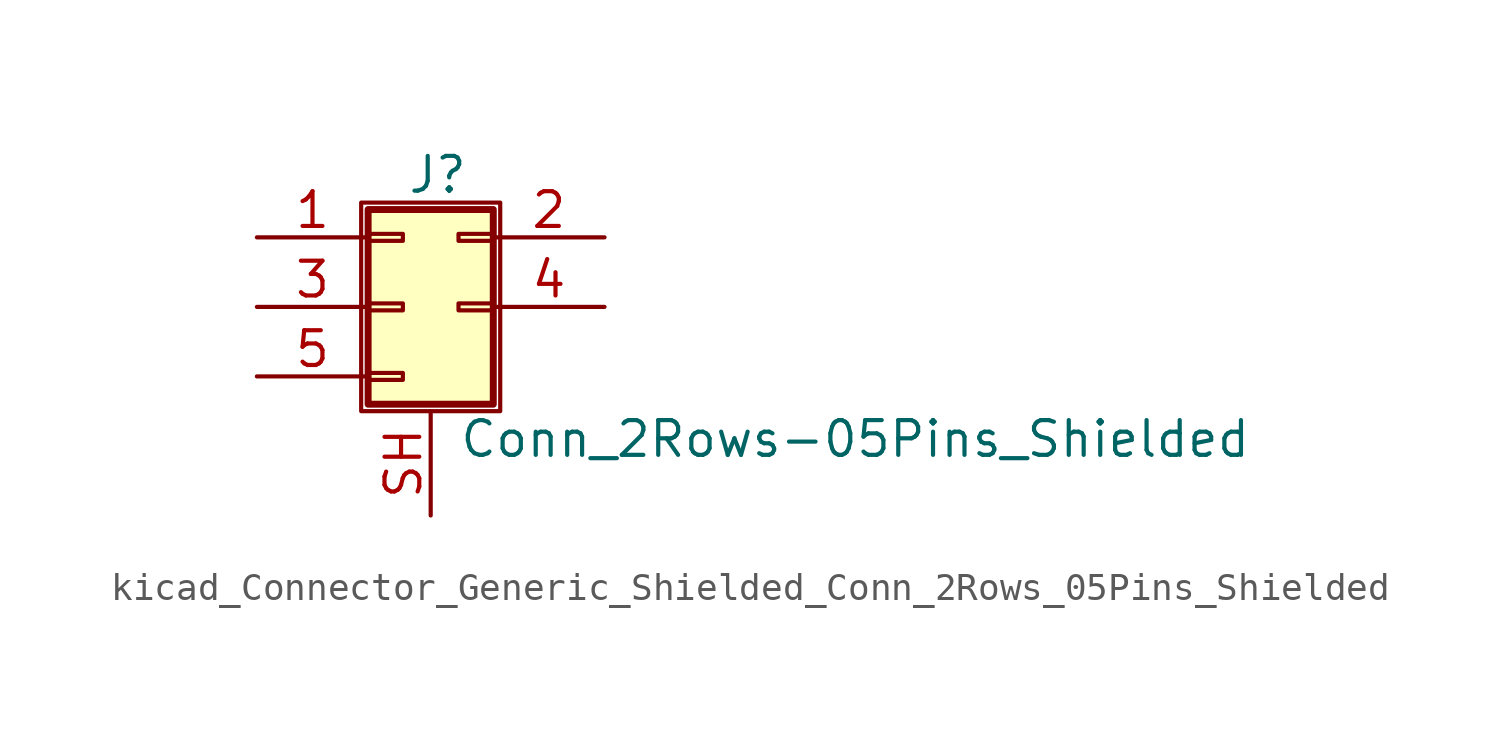
<source format=kicad_sym>
(kicad_symbol_lib
  (version 20220914)
  (generator kicad_symbol_editor)
  (symbol "kicad_Connector_Generic_Shielded_Conn_2Rows_05Pins_Shielded"
    (pin_names
      (offset 1.016) hide)
    (property "Reference" "J"
      (at 1.524 4.826 0)
      (effects (font (size 1.27 1.27))))
    (property "Value" "Conn_2Rows-05Pins_Shielded"
      (at 2.286 -4.826 0)
      (effects (font (size 1.27 1.27)) (justify left)))
    (symbol "kicad_Connector_Generic_Shielded_Conn_2Rows_05Pins_Shielded_1_1"
      (rectangle (start -1.27 3.81) (end 3.81 -3.81) (stroke (width 0.152) (type default)) (fill (type none)))
      (rectangle (start -1.016 -2.413) (end 0.254 -2.667) (stroke (width 0.152) (type default)) (fill (type none)))
      (rectangle (start -1.016 0.127) (end 0.254 -0.127) (stroke (width 0.152) (type default)) (fill (type none)))
      (rectangle (start -1.016 2.667) (end 0.254 2.413) (stroke (width 0.152) (type default)) (fill (type none)))
      (rectangle (start -1.016 3.556) (end 3.556 -3.556) (stroke (width 0.254) (type default)) (fill (type background)))
      (rectangle (start 3.556 0.127) (end 2.286 -0.127) (stroke (width 0.152) (type default)) (fill (type none)))
      (rectangle (start 3.556 2.667) (end 2.286 2.413) (stroke (width 0.152) (type default)) (fill (type none)))
      (pin passive line (at -5.08 2.54 0) (length 4.064) (name "Pin_1" (effects (font (size 1.27 1.27)))) (number "1" (effects (font (size 1.27 1.27)))))
      (pin passive line (at 7.62 2.54 180) (length 4.064) (name "Pin_2" (effects (font (size 1.27 1.27)))) (number "2" (effects (font (size 1.27 1.27)))))
      (pin passive line (at -5.08 0 0) (length 4.064) (name "Pin_3" (effects (font (size 1.27 1.27)))) (number "3" (effects (font (size 1.27 1.27)))))
      (pin passive line (at 7.62 0 180) (length 4.064) (name "Pin_4" (effects (font (size 1.27 1.27)))) (number "4" (effects (font (size 1.27 1.27)))))
      (pin passive line (at -5.08 -2.54 0) (length 4.064) (name "Pin_5" (effects (font (size 1.27 1.27)))) (number "5" (effects (font (size 1.27 1.27)))))
      (pin passive line (at 1.27 -7.62 90) (length 3.81) (name "Shield" (effects (font (size 1.27 1.27)))) (number "SH" (effects (font (size 1.27 1.27))))))))
</source>
